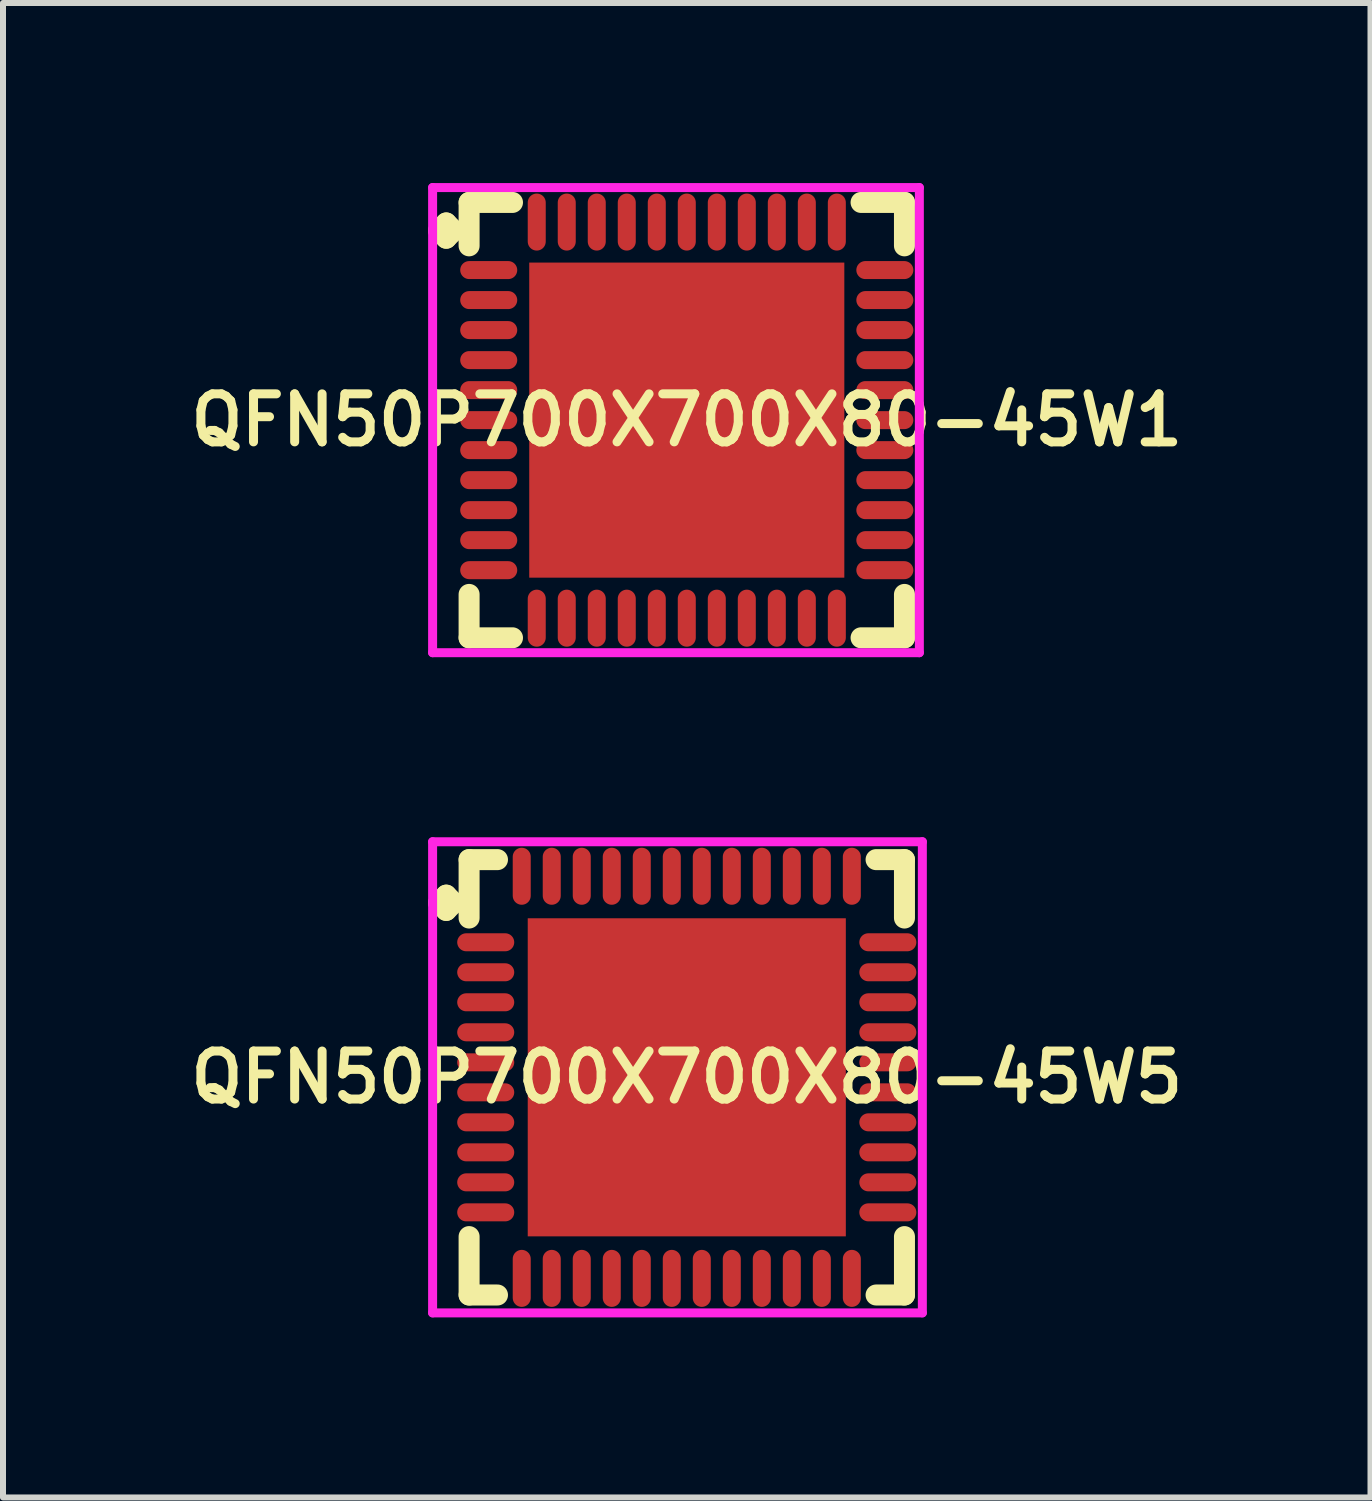
<source format=kicad_pcb>
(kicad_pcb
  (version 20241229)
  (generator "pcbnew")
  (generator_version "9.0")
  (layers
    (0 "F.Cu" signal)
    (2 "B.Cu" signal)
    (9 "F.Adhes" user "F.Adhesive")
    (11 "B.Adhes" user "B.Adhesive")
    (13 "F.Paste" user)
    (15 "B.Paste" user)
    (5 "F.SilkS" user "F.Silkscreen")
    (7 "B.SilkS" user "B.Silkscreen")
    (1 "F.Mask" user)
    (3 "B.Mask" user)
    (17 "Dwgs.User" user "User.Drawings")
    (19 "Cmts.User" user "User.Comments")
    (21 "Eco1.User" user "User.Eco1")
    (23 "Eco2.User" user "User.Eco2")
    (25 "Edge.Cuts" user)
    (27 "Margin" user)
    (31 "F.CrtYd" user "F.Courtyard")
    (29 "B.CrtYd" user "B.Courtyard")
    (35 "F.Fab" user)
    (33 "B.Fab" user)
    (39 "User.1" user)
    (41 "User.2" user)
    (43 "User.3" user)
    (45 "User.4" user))
  (footprint "QFN50P700X700X80-45W5"
    (layer "F.Cu")
    (at 8.393 14.9)
    (property "Reference" "QFN50P700X700X80-45W5" (at 0 0 0) (layer "F.SilkS") (effects (font (size 0.8 0.8) (thickness 0.15))))
    (attr smd)
    (fp_line (start -4.135 -2.908) (end -4.008 -3.035) (stroke (width 0.35) (type solid)) (layer "F.SilkS"))
    (fp_line (start -4.008 -3.035) (end -3.881 -2.908) (stroke (width 0.35) (type solid)) (layer "F.SilkS"))
    (fp_line (start -4.008 -2.781) (end -4.135 -2.908) (stroke (width 0.35) (type solid)) (layer "F.SilkS"))
    (fp_line (start -3.881 -2.908) (end -4.008 -2.781) (stroke (width 0.35) (type solid)) (layer "F.SilkS"))
    (fp_line (start -3.627 -3.627) (end -3.154 -3.627) (stroke (width 0.35) (type solid)) (layer "F.SilkS"))
    (fp_line (start -3.627 -2.654) (end -3.627 -3.627) (stroke (width 0.35) (type solid)) (layer "F.SilkS"))
    (fp_line (start -3.627 2.654) (end -3.627 3.627) (stroke (width 0.35) (type solid)) (layer "F.SilkS"))
    (fp_line (start -3.627 3.627) (end -3.154 3.627) (stroke (width 0.35) (type solid)) (layer "F.SilkS"))
    (fp_line (start 3.154 -3.627) (end 3.627 -3.627) (stroke (width 0.35) (type solid)) (layer "F.SilkS"))
    (fp_line (start 3.154 3.627) (end 3.627 3.627) (stroke (width 0.35) (type solid)) (layer "F.SilkS"))
    (fp_line (start 3.627 -3.627) (end 3.627 -2.654) (stroke (width 0.35) (type solid)) (layer "F.SilkS"))
    (fp_line (start 3.627 3.627) (end 3.627 2.654) (stroke (width 0.35) (type solid)) (layer "F.SilkS"))
    (fp_line (start -4.235 -3.925) (end 3.925 -3.925) (stroke (width 0.15) (type solid)) (layer "F.CrtYd"))
    (fp_line (start -4.235 3.925) (end -4.235 -3.925) (stroke (width 0.15) (type solid)) (layer "F.CrtYd"))
    (fp_line (start 3.925 -3.925) (end 3.925 3.925) (stroke (width 0.15) (type solid)) (layer "F.CrtYd"))
    (fp_line (start 3.925 3.925) (end -4.235 3.925) (stroke (width 0.15) (type solid)) (layer "F.CrtYd"))
    (pad "1" smd oval (at -3.35 -2.25) (size 0.95 0.3) (layers "F.Cu" "F.Mask" "F.Paste"))
    (pad "2" smd oval (at -3.35 -1.75) (size 0.95 0.3) (layers "F.Cu" "F.Mask" "F.Paste"))
    (pad "3" smd oval (at -3.35 -1.25) (size 0.95 0.3) (layers "F.Cu" "F.Mask" "F.Paste"))
    (pad "4" smd oval (at -3.35 -0.75) (size 0.95 0.3) (layers "F.Cu" "F.Mask" "F.Paste"))
    (pad "5" smd oval (at -3.35 -0.25) (size 0.95 0.3) (layers "F.Cu" "F.Mask" "F.Paste"))
    (pad "6" smd oval (at -3.35 0.25) (size 0.95 0.3) (layers "F.Cu" "F.Mask" "F.Paste"))
    (pad "7" smd oval (at -3.35 0.75) (size 0.95 0.3) (layers "F.Cu" "F.Mask" "F.Paste"))
    (pad "8" smd oval (at -3.35 1.25) (size 0.95 0.3) (layers "F.Cu" "F.Mask" "F.Paste"))
    (pad "9" smd oval (at -3.35 1.75) (size 0.95 0.3) (layers "F.Cu" "F.Mask" "F.Paste"))
    (pad "10" smd oval (at -3.35 2.25) (size 0.95 0.3) (layers "F.Cu" "F.Mask" "F.Paste"))
    (pad "11" smd oval (at -2.75 3.35) (size 0.3 0.95) (layers "F.Cu" "F.Mask" "F.Paste"))
    (pad "12" smd oval (at -2.25 3.35) (size 0.3 0.95) (layers "F.Cu" "F.Mask" "F.Paste"))
    (pad "13" smd oval (at -1.75 3.35) (size 0.3 0.95) (layers "F.Cu" "F.Mask" "F.Paste"))
    (pad "14" smd oval (at -1.25 3.35) (size 0.3 0.95) (layers "F.Cu" "F.Mask" "F.Paste"))
    (pad "15" smd oval (at -0.75 3.35) (size 0.3 0.95) (layers "F.Cu" "F.Mask" "F.Paste"))
    (pad "16" smd oval (at -0.25 3.35) (size 0.3 0.95) (layers "F.Cu" "F.Mask" "F.Paste"))
    (pad "17" smd oval (at 0.25 3.35) (size 0.3 0.95) (layers "F.Cu" "F.Mask" "F.Paste"))
    (pad "18" smd oval (at 0.75 3.35) (size 0.3 0.95) (layers "F.Cu" "F.Mask" "F.Paste"))
    (pad "19" smd oval (at 1.25 3.35) (size 0.3 0.95) (layers "F.Cu" "F.Mask" "F.Paste"))
    (pad "20" smd oval (at 1.75 3.35) (size 0.3 0.95) (layers "F.Cu" "F.Mask" "F.Paste"))
    (pad "21" smd oval (at 2.25 3.35) (size 0.3 0.95) (layers "F.Cu" "F.Mask" "F.Paste"))
    (pad "22" smd oval (at 2.75 3.35) (size 0.3 0.95) (layers "F.Cu" "F.Mask" "F.Paste"))
    (pad "23" smd oval (at 3.35 2.25) (size 0.95 0.3) (layers "F.Cu" "F.Mask" "F.Paste"))
    (pad "24" smd oval (at 3.35 1.75) (size 0.95 0.3) (layers "F.Cu" "F.Mask" "F.Paste"))
    (pad "25" smd oval (at 3.35 1.25) (size 0.95 0.3) (layers "F.Cu" "F.Mask" "F.Paste"))
    (pad "26" smd oval (at 3.35 0.75) (size 0.95 0.3) (layers "F.Cu" "F.Mask" "F.Paste"))
    (pad "27" smd oval (at 3.35 0.25) (size 0.95 0.3) (layers "F.Cu" "F.Mask" "F.Paste"))
    (pad "28" smd oval (at 3.35 -0.25) (size 0.95 0.3) (layers "F.Cu" "F.Mask" "F.Paste"))
    (pad "29" smd oval (at 3.35 -0.75) (size 0.95 0.3) (layers "F.Cu" "F.Mask" "F.Paste"))
    (pad "30" smd oval (at 3.35 -1.25) (size 0.95 0.3) (layers "F.Cu" "F.Mask" "F.Paste"))
    (pad "31" smd oval (at 3.35 -1.75) (size 0.95 0.3) (layers "F.Cu" "F.Mask" "F.Paste"))
    (pad "32" smd oval (at 3.35 -2.25) (size 0.95 0.3) (layers "F.Cu" "F.Mask" "F.Paste"))
    (pad "33" smd oval (at 2.75 -3.35) (size 0.3 0.95) (layers "F.Cu" "F.Mask" "F.Paste"))
    (pad "34" smd oval (at 2.25 -3.35) (size 0.3 0.95) (layers "F.Cu" "F.Mask" "F.Paste"))
    (pad "35" smd oval (at 1.75 -3.35) (size 0.3 0.95) (layers "F.Cu" "F.Mask" "F.Paste"))
    (pad "36" smd oval (at 1.25 -3.35) (size 0.3 0.95) (layers "F.Cu" "F.Mask" "F.Paste"))
    (pad "37" smd oval (at 0.75 -3.35) (size 0.3 0.95) (layers "F.Cu" "F.Mask" "F.Paste"))
    (pad "38" smd oval (at 0.25 -3.35) (size 0.3 0.95) (layers "F.Cu" "F.Mask" "F.Paste"))
    (pad "39" smd oval (at -0.25 -3.35) (size 0.3 0.95) (layers "F.Cu" "F.Mask" "F.Paste"))
    (pad "40" smd oval (at -0.75 -3.35) (size 0.3 0.95) (layers "F.Cu" "F.Mask" "F.Paste"))
    (pad "41" smd oval (at -1.25 -3.35) (size 0.3 0.95) (layers "F.Cu" "F.Mask" "F.Paste"))
    (pad "42" smd oval (at -1.75 -3.35) (size 0.3 0.95) (layers "F.Cu" "F.Mask" "F.Paste"))
    (pad "43" smd oval (at -2.25 -3.35) (size 0.3 0.95) (layers "F.Cu" "F.Mask" "F.Paste"))
    (pad "44" smd oval (at -2.75 -3.35) (size 0.3 0.95) (layers "F.Cu" "F.Mask" "F.Paste"))
    (pad "45" smd rect (at 0 0) (size 5.3 5.3) (layers "F.Cu" "F.Mask" "F.Paste")))
  (footprint "QFN50P700X700X80-45W1"
    (layer "F.Cu")
    (at 8.393 3.95)
    (property "Reference" "QFN50P700X700X80-45W1" (at 0 0 0) (layer "F.SilkS") (effects (font (size 0.8 0.8) (thickness 0.15))))
    (attr smd)
    (fp_line (start -4.135 -3.158) (end -4.008 -3.285) (stroke (width 0.35) (type solid)) (layer "F.SilkS"))
    (fp_line (start -4.008 -3.285) (end -3.881 -3.158) (stroke (width 0.35) (type solid)) (layer "F.SilkS"))
    (fp_line (start -4.008 -3.031) (end -4.135 -3.158) (stroke (width 0.35) (type solid)) (layer "F.SilkS"))
    (fp_line (start -3.881 -3.158) (end -4.008 -3.031) (stroke (width 0.35) (type solid)) (layer "F.SilkS"))
    (fp_line (start -3.627 -3.627) (end -2.904 -3.627) (stroke (width 0.35) (type solid)) (layer "F.SilkS"))
    (fp_line (start -3.627 -2.904) (end -3.627 -3.627) (stroke (width 0.35) (type solid)) (layer "F.SilkS"))
    (fp_line (start -3.627 2.904) (end -3.627 3.627) (stroke (width 0.35) (type solid)) (layer "F.SilkS"))
    (fp_line (start -3.627 3.627) (end -2.904 3.627) (stroke (width 0.35) (type solid)) (layer "F.SilkS"))
    (fp_line (start 2.904 -3.627) (end 3.627 -3.627) (stroke (width 0.35) (type solid)) (layer "F.SilkS"))
    (fp_line (start 2.904 3.627) (end 3.627 3.627) (stroke (width 0.35) (type solid)) (layer "F.SilkS"))
    (fp_line (start 3.627 -3.627) (end 3.627 -2.904) (stroke (width 0.35) (type solid)) (layer "F.SilkS"))
    (fp_line (start 3.627 3.627) (end 3.627 2.904) (stroke (width 0.35) (type solid)) (layer "F.SilkS"))
    (fp_line (start -4.235 -3.875) (end 3.875 -3.875) (stroke (width 0.15) (type solid)) (layer "F.CrtYd"))
    (fp_line (start -4.235 3.875) (end -4.235 -3.875) (stroke (width 0.15) (type solid)) (layer "F.CrtYd"))
    (fp_line (start 3.875 -3.875) (end 3.875 3.875) (stroke (width 0.15) (type solid)) (layer "F.CrtYd"))
    (fp_line (start 3.875 3.875) (end -4.235 3.875) (stroke (width 0.15) (type solid)) (layer "F.CrtYd"))
    (pad "1" smd oval (at -3.3 -2.5) (size 0.95 0.3) (layers "F.Cu" "F.Mask" "F.Paste"))
    (pad "2" smd oval (at -3.3 -2) (size 0.95 0.3) (layers "F.Cu" "F.Mask" "F.Paste"))
    (pad "3" smd oval (at -3.3 -1.5) (size 0.95 0.3) (layers "F.Cu" "F.Mask" "F.Paste"))
    (pad "4" smd oval (at -3.3 -1) (size 0.95 0.3) (layers "F.Cu" "F.Mask" "F.Paste"))
    (pad "5" smd oval (at -3.3 -0.5) (size 0.95 0.3) (layers "F.Cu" "F.Mask" "F.Paste"))
    (pad "6" smd oval (at -3.3 0) (size 0.95 0.3) (layers "F.Cu" "F.Mask" "F.Paste"))
    (pad "7" smd oval (at -3.3 0.5) (size 0.95 0.3) (layers "F.Cu" "F.Mask" "F.Paste"))
    (pad "8" smd oval (at -3.3 1) (size 0.95 0.3) (layers "F.Cu" "F.Mask" "F.Paste"))
    (pad "9" smd oval (at -3.3 1.5) (size 0.95 0.3) (layers "F.Cu" "F.Mask" "F.Paste"))
    (pad "10" smd oval (at -3.3 2) (size 0.95 0.3) (layers "F.Cu" "F.Mask" "F.Paste"))
    (pad "11" smd oval (at -3.3 2.5) (size 0.95 0.3) (layers "F.Cu" "F.Mask" "F.Paste"))
    (pad "12" smd oval (at -2.5 3.3) (size 0.3 0.95) (layers "F.Cu" "F.Mask" "F.Paste"))
    (pad "13" smd oval (at -2 3.3) (size 0.3 0.95) (layers "F.Cu" "F.Mask" "F.Paste"))
    (pad "14" smd oval (at -1.5 3.3) (size 0.3 0.95) (layers "F.Cu" "F.Mask" "F.Paste"))
    (pad "15" smd oval (at -1 3.3) (size 0.3 0.95) (layers "F.Cu" "F.Mask" "F.Paste"))
    (pad "16" smd oval (at -0.5 3.3) (size 0.3 0.95) (layers "F.Cu" "F.Mask" "F.Paste"))
    (pad "17" smd oval (at 0 3.3) (size 0.3 0.95) (layers "F.Cu" "F.Mask" "F.Paste"))
    (pad "18" smd oval (at 0.5 3.3) (size 0.3 0.95) (layers "F.Cu" "F.Mask" "F.Paste"))
    (pad "19" smd oval (at 1 3.3) (size 0.3 0.95) (layers "F.Cu" "F.Mask" "F.Paste"))
    (pad "20" smd oval (at 1.5 3.3) (size 0.3 0.95) (layers "F.Cu" "F.Mask" "F.Paste"))
    (pad "21" smd oval (at 2 3.3) (size 0.3 0.95) (layers "F.Cu" "F.Mask" "F.Paste"))
    (pad "22" smd oval (at 2.5 3.3) (size 0.3 0.95) (layers "F.Cu" "F.Mask" "F.Paste"))
    (pad "23" smd oval (at 3.3 2.5) (size 0.95 0.3) (layers "F.Cu" "F.Mask" "F.Paste"))
    (pad "24" smd oval (at 3.3 2) (size 0.95 0.3) (layers "F.Cu" "F.Mask" "F.Paste"))
    (pad "25" smd oval (at 3.3 1.5) (size 0.95 0.3) (layers "F.Cu" "F.Mask" "F.Paste"))
    (pad "26" smd oval (at 3.3 1) (size 0.95 0.3) (layers "F.Cu" "F.Mask" "F.Paste"))
    (pad "27" smd oval (at 3.3 0.5) (size 0.95 0.3) (layers "F.Cu" "F.Mask" "F.Paste"))
    (pad "28" smd oval (at 3.3 0) (size 0.95 0.3) (layers "F.Cu" "F.Mask" "F.Paste"))
    (pad "29" smd oval (at 3.3 -0.5) (size 0.95 0.3) (layers "F.Cu" "F.Mask" "F.Paste"))
    (pad "30" smd oval (at 3.3 -1) (size 0.95 0.3) (layers "F.Cu" "F.Mask" "F.Paste"))
    (pad "31" smd oval (at 3.3 -1.5) (size 0.95 0.3) (layers "F.Cu" "F.Mask" "F.Paste"))
    (pad "32" smd oval (at 3.3 -2) (size 0.95 0.3) (layers "F.Cu" "F.Mask" "F.Paste"))
    (pad "33" smd oval (at 3.3 -2.5) (size 0.95 0.3) (layers "F.Cu" "F.Mask" "F.Paste"))
    (pad "34" smd oval (at 2.5 -3.3) (size 0.3 0.95) (layers "F.Cu" "F.Mask" "F.Paste"))
    (pad "35" smd oval (at 2 -3.3) (size 0.3 0.95) (layers "F.Cu" "F.Mask" "F.Paste"))
    (pad "36" smd oval (at 1.5 -3.3) (size 0.3 0.95) (layers "F.Cu" "F.Mask" "F.Paste"))
    (pad "37" smd oval (at 1 -3.3) (size 0.3 0.95) (layers "F.Cu" "F.Mask" "F.Paste"))
    (pad "38" smd oval (at 0.5 -3.3) (size 0.3 0.95) (layers "F.Cu" "F.Mask" "F.Paste"))
    (pad "39" smd oval (at 0 -3.3) (size 0.3 0.95) (layers "F.Cu" "F.Mask" "F.Paste"))
    (pad "40" smd oval (at -0.5 -3.3) (size 0.3 0.95) (layers "F.Cu" "F.Mask" "F.Paste"))
    (pad "41" smd oval (at -1 -3.3) (size 0.3 0.95) (layers "F.Cu" "F.Mask" "F.Paste"))
    (pad "42" smd oval (at -1.5 -3.3) (size 0.3 0.95) (layers "F.Cu" "F.Mask" "F.Paste"))
    (pad "43" smd oval (at -2 -3.3) (size 0.3 0.95) (layers "F.Cu" "F.Mask" "F.Paste"))
    (pad "44" smd oval (at -2.5 -3.3) (size 0.3 0.95) (layers "F.Cu" "F.Mask" "F.Paste"))
    (pad "45" smd rect (at 0 0) (size 5.25 5.25) (layers "F.Cu" "F.Mask" "F.Paste")))
  (gr_rect
    (start -3 -3)
    (end 19.785 21.9)
    (stroke (width 0.1) (type default))
    (fill no)
    (layer "Edge.Cuts")))
</source>
